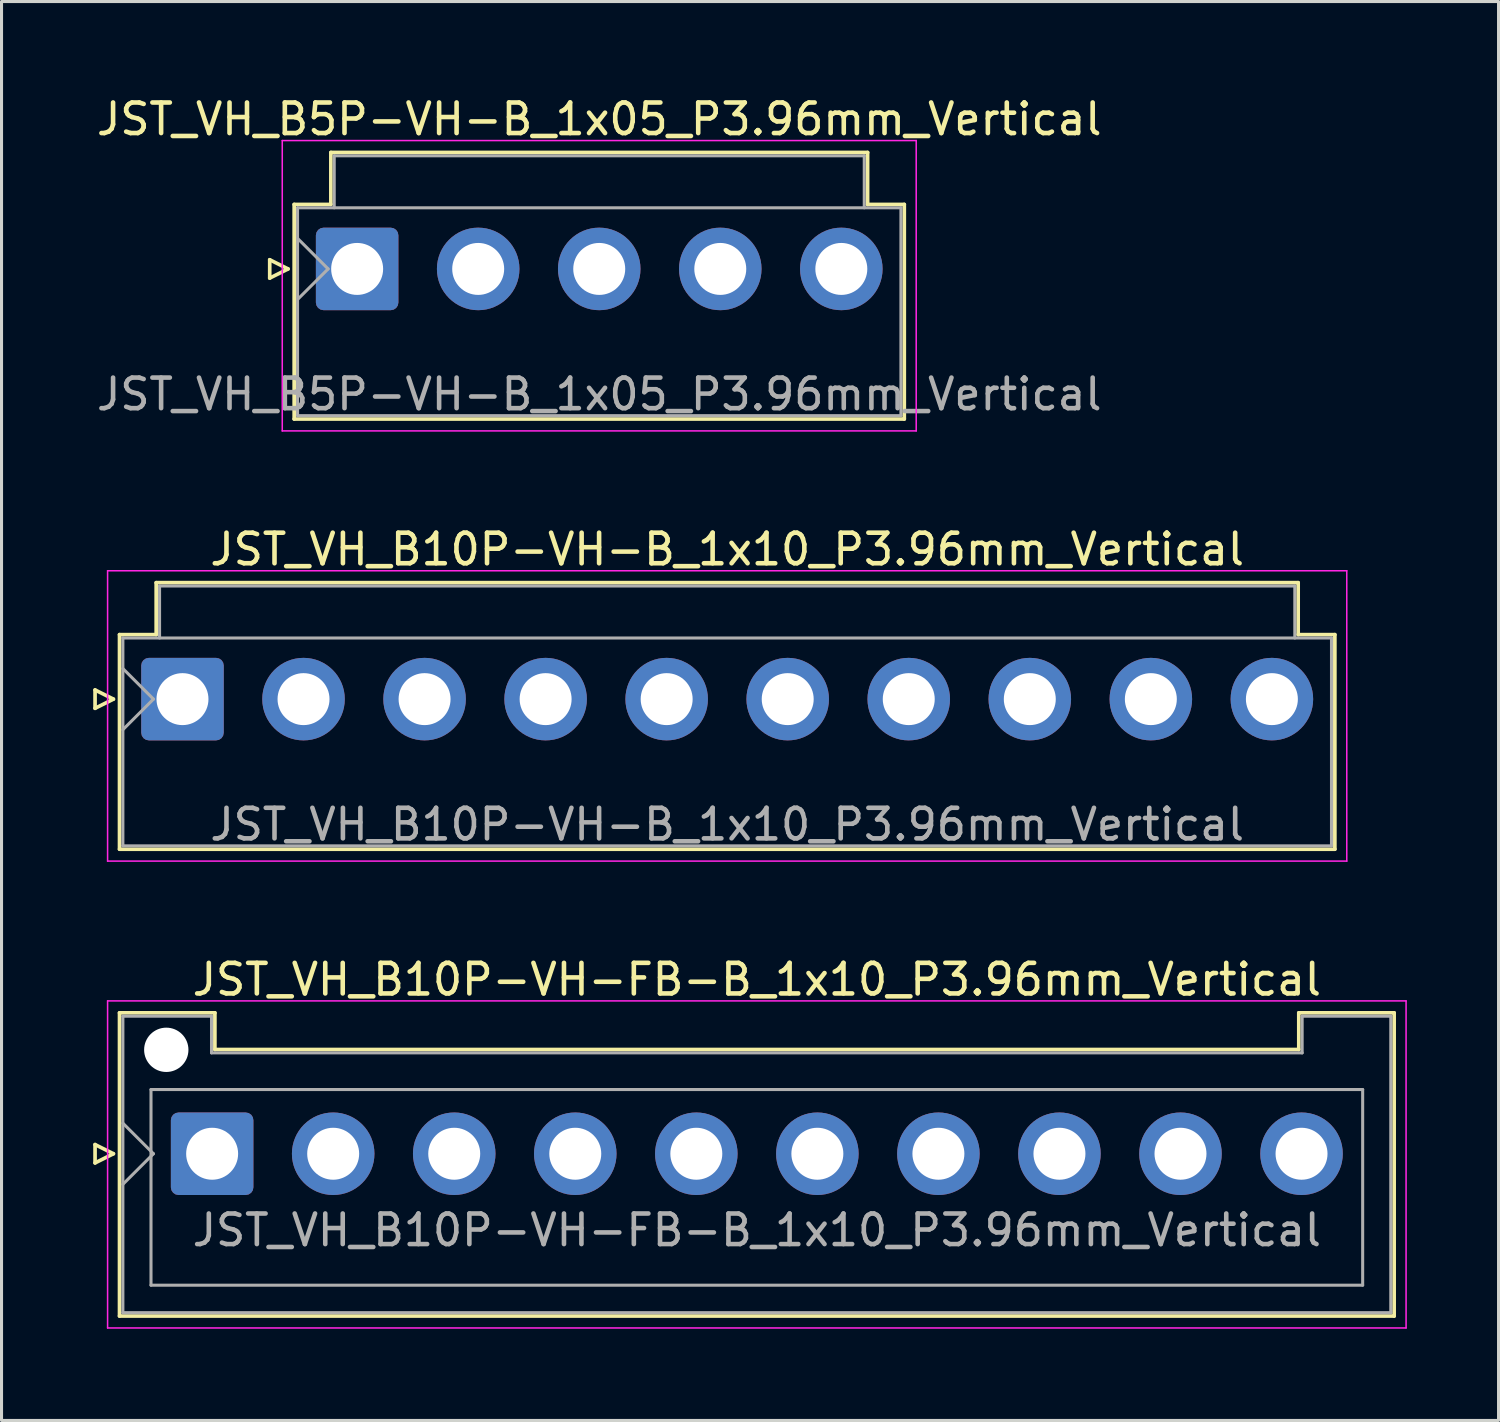
<source format=kicad_pcb>
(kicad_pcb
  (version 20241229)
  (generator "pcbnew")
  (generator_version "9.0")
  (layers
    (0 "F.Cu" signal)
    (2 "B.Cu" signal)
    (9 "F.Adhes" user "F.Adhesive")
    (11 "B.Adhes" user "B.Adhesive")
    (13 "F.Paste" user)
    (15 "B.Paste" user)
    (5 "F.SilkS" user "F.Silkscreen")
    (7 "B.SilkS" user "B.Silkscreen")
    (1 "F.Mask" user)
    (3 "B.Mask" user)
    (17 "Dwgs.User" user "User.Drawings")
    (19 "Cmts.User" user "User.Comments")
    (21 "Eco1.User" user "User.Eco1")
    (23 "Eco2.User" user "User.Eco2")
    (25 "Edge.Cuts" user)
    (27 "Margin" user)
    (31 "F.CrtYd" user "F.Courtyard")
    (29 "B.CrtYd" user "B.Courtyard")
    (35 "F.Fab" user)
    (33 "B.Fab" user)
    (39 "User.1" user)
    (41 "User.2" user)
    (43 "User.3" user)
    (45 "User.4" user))
  (footprint "JST_VH_B5P-VH-B_1x05_P3.96mm_Vertical"
    (layer "F.Cu")
    (at 8.634 5.748)
    (property "Reference" "JST_VH_B5P-VH-B_1x05_P3.96mm_Vertical" (at 7.92 -4.9 0) (layer "F.SilkS") (effects (font (size 1 1) (thickness 0.15))))
    (attr through_hole)
    (fp_line (start -2.86 -0.3) (end -2.26 0) (stroke (width 0.12) (type solid)) (layer "F.SilkS"))
    (fp_line (start -2.86 0.3) (end -2.86 -0.3) (stroke (width 0.12) (type solid)) (layer "F.SilkS"))
    (fp_line (start -2.26 0) (end -2.86 0.3) (stroke (width 0.12) (type solid)) (layer "F.SilkS"))
    (fp_line (start -2.06 -2.11) (end -0.86 -2.11) (stroke (width 0.12) (type solid)) (layer "F.SilkS"))
    (fp_line (start -2.06 4.91) (end -2.06 -2.11) (stroke (width 0.12) (type solid)) (layer "F.SilkS"))
    (fp_line (start -0.86 -3.81) (end 16.7 -3.81) (stroke (width 0.12) (type solid)) (layer "F.SilkS"))
    (fp_line (start -0.86 -2.11) (end -0.86 -3.81) (stroke (width 0.12) (type solid)) (layer "F.SilkS"))
    (fp_line (start 16.7 -3.81) (end 16.7 -2.11) (stroke (width 0.12) (type solid)) (layer "F.SilkS"))
    (fp_line (start 16.7 -2.11) (end 17.9 -2.11) (stroke (width 0.12) (type solid)) (layer "F.SilkS"))
    (fp_line (start 17.9 -2.11) (end 17.9 4.91) (stroke (width 0.12) (type solid)) (layer "F.SilkS"))
    (fp_line (start 17.9 4.91) (end -2.06 4.91) (stroke (width 0.12) (type solid)) (layer "F.SilkS"))
    (fp_line (start -2.45 -4.2) (end -2.45 5.3) (stroke (width 0.05) (type solid)) (layer "F.CrtYd"))
    (fp_line (start -2.45 5.3) (end 18.29 5.3) (stroke (width 0.05) (type solid)) (layer "F.CrtYd"))
    (fp_line (start 18.29 -4.2) (end -2.45 -4.2) (stroke (width 0.05) (type solid)) (layer "F.CrtYd"))
    (fp_line (start 18.29 5.3) (end 18.29 -4.2) (stroke (width 0.05) (type solid)) (layer "F.CrtYd"))
    (fp_line (start -1.95 -2) (end -1.95 4.8) (stroke (width 0.1) (type solid)) (layer "F.Fab"))
    (fp_line (start -1.95 -1) (end -0.95 0) (stroke (width 0.1) (type solid)) (layer "F.Fab"))
    (fp_line (start -1.95 1) (end -0.95 0) (stroke (width 0.1) (type solid)) (layer "F.Fab"))
    (fp_line (start -1.95 4.8) (end 17.79 4.8) (stroke (width 0.1) (type solid)) (layer "F.Fab"))
    (fp_line (start -0.75 -3.7) (end 16.59 -3.7) (stroke (width 0.1) (type solid)) (layer "F.Fab"))
    (fp_line (start -0.75 -2) (end -0.75 -3.7) (stroke (width 0.1) (type solid)) (layer "F.Fab"))
    (fp_line (start 16.59 -3.7) (end 16.59 -2) (stroke (width 0.1) (type solid)) (layer "F.Fab"))
    (fp_line (start 17.79 -2) (end -1.95 -2) (stroke (width 0.1) (type solid)) (layer "F.Fab"))
    (fp_line (start 17.79 4.8) (end 17.79 -2) (stroke (width 0.1) (type solid)) (layer "F.Fab"))
    (fp_text user "${REFERENCE}" (at 7.92 4.1 0) (layer "F.Fab") (effects (font (size 1 1) (thickness 0.15))))
    (pad "1" thru_hole roundrect (at 0 0) (size 2.7 2.7) (drill 1.7) (layers "*.Cu" "*.Mask") (roundrect_rratio 0.093))
    (pad "2" thru_hole circle (at 3.96 0) (size 2.7 2.7) (drill 1.7) (layers "*.Cu" "*.Mask"))
    (pad "3" thru_hole circle (at 7.92 0) (size 2.7 2.7) (drill 1.7) (layers "*.Cu" "*.Mask"))
    (pad "4" thru_hole circle (at 11.88 0) (size 2.7 2.7) (drill 1.7) (layers "*.Cu" "*.Mask"))
    (pad "5" thru_hole circle (at 15.84 0) (size 2.7 2.7) (drill 1.7) (layers "*.Cu" "*.Mask")))
  (footprint "JST_VH_B10P-VH-FB-B_1x10_P3.96mm_Vertical"
    (layer "F.Cu")
    (at 3.89 34.695)
    (property "Reference" "JST_VH_B10P-VH-FB-B_1x10_P3.96mm_Vertical" (at 17.82 -5.7 0) (layer "F.SilkS") (effects (font (size 1 1) (thickness 0.15))))
    (attr through_hole)
    (fp_line (start -3.83 -0.3) (end -3.23 0) (stroke (width 0.12) (type solid)) (layer "F.SilkS"))
    (fp_line (start -3.83 0.3) (end -3.83 -0.3) (stroke (width 0.12) (type solid)) (layer "F.SilkS"))
    (fp_line (start -3.23 0) (end -3.83 0.3) (stroke (width 0.12) (type solid)) (layer "F.SilkS"))
    (fp_line (start -3.03 -4.61) (end 0.09 -4.61) (stroke (width 0.12) (type solid)) (layer "F.SilkS"))
    (fp_line (start -3.03 5.31) (end -3.03 -4.61) (stroke (width 0.12) (type solid)) (layer "F.SilkS"))
    (fp_line (start 0.09 -4.61) (end 0.09 -3.41) (stroke (width 0.12) (type solid)) (layer "F.SilkS"))
    (fp_line (start 0.09 -3.41) (end 35.55 -3.41) (stroke (width 0.12) (type solid)) (layer "F.SilkS"))
    (fp_line (start 35.55 -4.61) (end 38.67 -4.61) (stroke (width 0.12) (type solid)) (layer "F.SilkS"))
    (fp_line (start 35.55 -3.41) (end 35.55 -4.61) (stroke (width 0.12) (type solid)) (layer "F.SilkS"))
    (fp_line (start 38.67 -4.61) (end 38.67 5.31) (stroke (width 0.12) (type solid)) (layer "F.SilkS"))
    (fp_line (start 38.67 5.31) (end -3.03 5.31) (stroke (width 0.12) (type solid)) (layer "F.SilkS"))
    (fp_line (start -3.42 -5) (end -3.42 5.7) (stroke (width 0.05) (type solid)) (layer "F.CrtYd"))
    (fp_line (start -3.42 5.7) (end 39.06 5.7) (stroke (width 0.05) (type solid)) (layer "F.CrtYd"))
    (fp_line (start 39.06 -5) (end -3.42 -5) (stroke (width 0.05) (type solid)) (layer "F.CrtYd"))
    (fp_line (start 39.06 5.7) (end 39.06 -5) (stroke (width 0.05) (type solid)) (layer "F.CrtYd"))
    (fp_line (start -2.92 -4.5) (end -0.02 -4.5) (stroke (width 0.1) (type solid)) (layer "F.Fab"))
    (fp_line (start -2.92 -1) (end -1.92 0) (stroke (width 0.1) (type solid)) (layer "F.Fab"))
    (fp_line (start -2.92 1) (end -1.92 0) (stroke (width 0.1) (type solid)) (layer "F.Fab"))
    (fp_line (start -2.92 5.2) (end -2.92 -4.5) (stroke (width 0.1) (type solid)) (layer "F.Fab"))
    (fp_line (start -2 -2.1) (end 37.64 -2.1) (stroke (width 0.1) (type solid)) (layer "F.Fab"))
    (fp_line (start -2 4.3) (end -2 -2.1) (stroke (width 0.1) (type solid)) (layer "F.Fab"))
    (fp_line (start -0.02 -4.5) (end -0.02 -3.3) (stroke (width 0.1) (type solid)) (layer "F.Fab"))
    (fp_line (start -0.02 -3.3) (end 35.66 -3.3) (stroke (width 0.1) (type solid)) (layer "F.Fab"))
    (fp_line (start 35.66 -4.5) (end 38.56 -4.5) (stroke (width 0.1) (type solid)) (layer "F.Fab"))
    (fp_line (start 35.66 -3.3) (end 35.66 -4.5) (stroke (width 0.1) (type solid)) (layer "F.Fab"))
    (fp_line (start 37.64 -2.1) (end 37.64 4.3) (stroke (width 0.1) (type solid)) (layer "F.Fab"))
    (fp_line (start 37.64 4.3) (end -2 4.3) (stroke (width 0.1) (type solid)) (layer "F.Fab"))
    (fp_line (start 38.56 -4.5) (end 38.56 5.2) (stroke (width 0.1) (type solid)) (layer "F.Fab"))
    (fp_line (start 38.56 5.2) (end -2.92 5.2) (stroke (width 0.1) (type solid)) (layer "F.Fab"))
    (fp_text user "${REFERENCE}" (at 17.82 2.5 0) (layer "F.Fab") (effects (font (size 1 1) (thickness 0.15))))
    (pad "" np_thru_hole circle (at -1.5 -3.4) (size 1.45 1.45) (drill 1.45) (layers "*.Cu" "*.Mask"))
    (pad "1" thru_hole roundrect (at 0 0) (size 2.7 2.7) (drill 1.7) (layers "*.Cu" "*.Mask") (roundrect_rratio 0.093))
    (pad "2" thru_hole circle (at 3.96 0) (size 2.7 2.7) (drill 1.7) (layers "*.Cu" "*.Mask"))
    (pad "3" thru_hole circle (at 7.92 0) (size 2.7 2.7) (drill 1.7) (layers "*.Cu" "*.Mask"))
    (pad "4" thru_hole circle (at 11.88 0) (size 2.7 2.7) (drill 1.7) (layers "*.Cu" "*.Mask"))
    (pad "5" thru_hole circle (at 15.84 0) (size 2.7 2.7) (drill 1.7) (layers "*.Cu" "*.Mask"))
    (pad "6" thru_hole circle (at 19.8 0) (size 2.7 2.7) (drill 1.7) (layers "*.Cu" "*.Mask"))
    (pad "7" thru_hole circle (at 23.76 0) (size 2.7 2.7) (drill 1.7) (layers "*.Cu" "*.Mask"))
    (pad "8" thru_hole circle (at 27.72 0) (size 2.7 2.7) (drill 1.7) (layers "*.Cu" "*.Mask"))
    (pad "9" thru_hole circle (at 31.68 0) (size 2.7 2.7) (drill 1.7) (layers "*.Cu" "*.Mask"))
    (pad "10" thru_hole circle (at 35.64 0) (size 2.7 2.7) (drill 1.7) (layers "*.Cu" "*.Mask")))
  (footprint "JST_VH_B10P-VH-B_1x10_P3.96mm_Vertical"
    (layer "F.Cu")
    (at 2.92 19.822)
    (property "Reference" "JST_VH_B10P-VH-B_1x10_P3.96mm_Vertical" (at 17.82 -4.9 0) (layer "F.SilkS") (effects (font (size 1 1) (thickness 0.15))))
    (attr through_hole)
    (fp_line (start -2.86 -0.3) (end -2.26 0) (stroke (width 0.12) (type solid)) (layer "F.SilkS"))
    (fp_line (start -2.86 0.3) (end -2.86 -0.3) (stroke (width 0.12) (type solid)) (layer "F.SilkS"))
    (fp_line (start -2.26 0) (end -2.86 0.3) (stroke (width 0.12) (type solid)) (layer "F.SilkS"))
    (fp_line (start -2.06 -2.11) (end -0.86 -2.11) (stroke (width 0.12) (type solid)) (layer "F.SilkS"))
    (fp_line (start -2.06 4.91) (end -2.06 -2.11) (stroke (width 0.12) (type solid)) (layer "F.SilkS"))
    (fp_line (start -0.86 -3.81) (end 36.5 -3.81) (stroke (width 0.12) (type solid)) (layer "F.SilkS"))
    (fp_line (start -0.86 -2.11) (end -0.86 -3.81) (stroke (width 0.12) (type solid)) (layer "F.SilkS"))
    (fp_line (start 36.5 -3.81) (end 36.5 -2.11) (stroke (width 0.12) (type solid)) (layer "F.SilkS"))
    (fp_line (start 36.5 -2.11) (end 37.7 -2.11) (stroke (width 0.12) (type solid)) (layer "F.SilkS"))
    (fp_line (start 37.7 -2.11) (end 37.7 4.91) (stroke (width 0.12) (type solid)) (layer "F.SilkS"))
    (fp_line (start 37.7 4.91) (end -2.06 4.91) (stroke (width 0.12) (type solid)) (layer "F.SilkS"))
    (fp_line (start -2.45 -4.2) (end -2.45 5.3) (stroke (width 0.05) (type solid)) (layer "F.CrtYd"))
    (fp_line (start -2.45 5.3) (end 38.09 5.3) (stroke (width 0.05) (type solid)) (layer "F.CrtYd"))
    (fp_line (start 38.09 -4.2) (end -2.45 -4.2) (stroke (width 0.05) (type solid)) (layer "F.CrtYd"))
    (fp_line (start 38.09 5.3) (end 38.09 -4.2) (stroke (width 0.05) (type solid)) (layer "F.CrtYd"))
    (fp_line (start -1.95 -2) (end -1.95 4.8) (stroke (width 0.1) (type solid)) (layer "F.Fab"))
    (fp_line (start -1.95 -1) (end -0.95 0) (stroke (width 0.1) (type solid)) (layer "F.Fab"))
    (fp_line (start -1.95 1) (end -0.95 0) (stroke (width 0.1) (type solid)) (layer "F.Fab"))
    (fp_line (start -1.95 4.8) (end 37.59 4.8) (stroke (width 0.1) (type solid)) (layer "F.Fab"))
    (fp_line (start -0.75 -3.7) (end 36.39 -3.7) (stroke (width 0.1) (type solid)) (layer "F.Fab"))
    (fp_line (start -0.75 -2) (end -0.75 -3.7) (stroke (width 0.1) (type solid)) (layer "F.Fab"))
    (fp_line (start 36.39 -3.7) (end 36.39 -2) (stroke (width 0.1) (type solid)) (layer "F.Fab"))
    (fp_line (start 37.59 -2) (end -1.95 -2) (stroke (width 0.1) (type solid)) (layer "F.Fab"))
    (fp_line (start 37.59 4.8) (end 37.59 -2) (stroke (width 0.1) (type solid)) (layer "F.Fab"))
    (fp_text user "${REFERENCE}" (at 17.82 4.1 0) (layer "F.Fab") (effects (font (size 1 1) (thickness 0.15))))
    (pad "1" thru_hole roundrect (at 0 0) (size 2.7 2.7) (drill 1.7) (layers "*.Cu" "*.Mask") (roundrect_rratio 0.093))
    (pad "2" thru_hole circle (at 3.96 0) (size 2.7 2.7) (drill 1.7) (layers "*.Cu" "*.Mask"))
    (pad "3" thru_hole circle (at 7.92 0) (size 2.7 2.7) (drill 1.7) (layers "*.Cu" "*.Mask"))
    (pad "4" thru_hole circle (at 11.88 0) (size 2.7 2.7) (drill 1.7) (layers "*.Cu" "*.Mask"))
    (pad "5" thru_hole circle (at 15.84 0) (size 2.7 2.7) (drill 1.7) (layers "*.Cu" "*.Mask"))
    (pad "6" thru_hole circle (at 19.8 0) (size 2.7 2.7) (drill 1.7) (layers "*.Cu" "*.Mask"))
    (pad "7" thru_hole circle (at 23.76 0) (size 2.7 2.7) (drill 1.7) (layers "*.Cu" "*.Mask"))
    (pad "8" thru_hole circle (at 27.72 0) (size 2.7 2.7) (drill 1.7) (layers "*.Cu" "*.Mask"))
    (pad "9" thru_hole circle (at 31.68 0) (size 2.7 2.7) (drill 1.7) (layers "*.Cu" "*.Mask"))
    (pad "10" thru_hole circle (at 35.64 0) (size 2.7 2.7) (drill 1.7) (layers "*.Cu" "*.Mask")))
  (gr_rect
    (start -3 -3)
    (end 45.975 43.42)
    (stroke (width 0.1) (type default))
    (fill no)
    (layer "Edge.Cuts")))
</source>
